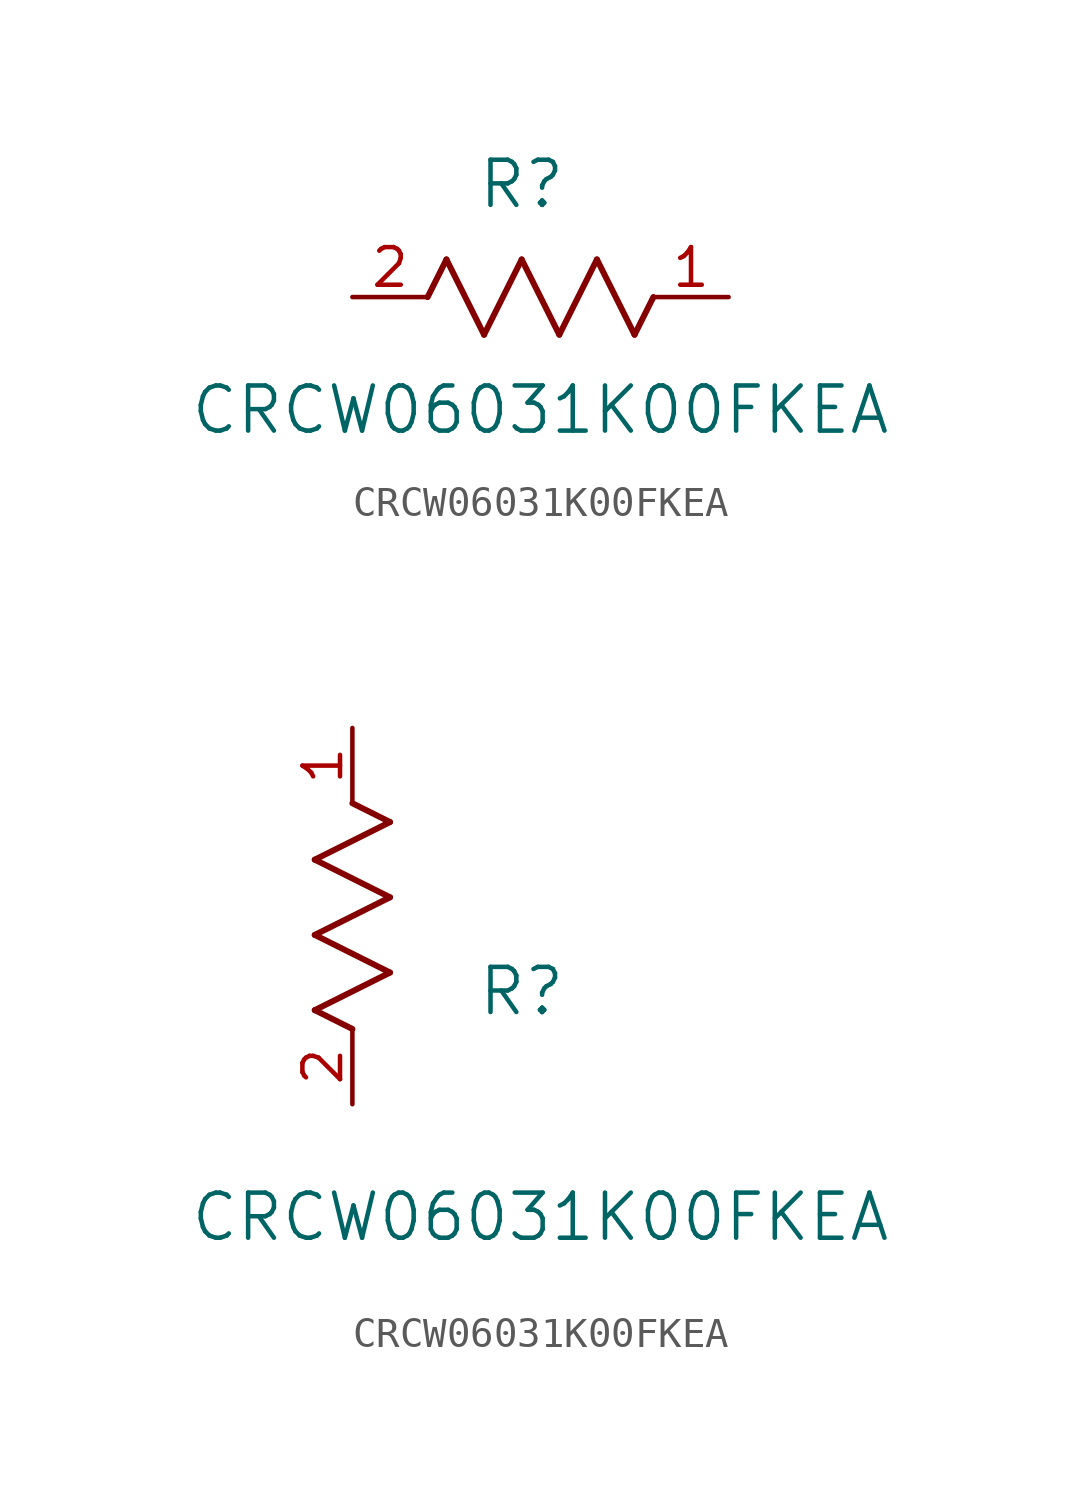
<source format=kicad_sym>
(kicad_symbol_lib
  (version 20211014)
  (generator kicad_symbol_editor)
  (symbol "CRCW06031K00FKEA"
    (pin_names
      (offset 0.254))
    (property "Reference" "R"
      (at 5.715 3.81 0)
      (effects (font (size 1.524 1.524))))
    (property "Value" "CRCW06031K00FKEA"
      (at 6.35 -3.81 0)
      (effects (font (size 1.524 1.524))))
    (symbol "CRCW06031K00FKEA_1_1"
      (polyline (pts (xy 3.175 1.27) (xy 4.445 -1.27)) (stroke (width 0.203) (type default) (color 0 0 0 0)) (fill (type none)))
      (polyline (pts (xy 4.445 -1.27) (xy 5.715 1.27)) (stroke (width 0.203) (type default) (color 0 0 0 0)) (fill (type none)))
      (polyline (pts (xy 5.715 1.27) (xy 6.985 -1.27)) (stroke (width 0.203) (type default) (color 0 0 0 0)) (fill (type none)))
      (polyline (pts (xy 6.985 -1.27) (xy 8.255 1.27)) (stroke (width 0.203) (type default) (color 0 0 0 0)) (fill (type none)))
      (polyline (pts (xy 8.255 1.27) (xy 9.525 -1.27)) (stroke (width 0.203) (type default) (color 0 0 0 0)) (fill (type none)))
      (polyline (pts (xy 2.54 0) (xy 3.175 1.27)) (stroke (width 0.203) (type default) (color 0 0 0 0)) (fill (type none)))
      (polyline (pts (xy 9.525 -1.27) (xy 10.16 0)) (stroke (width 0.203) (type default) (color 0 0 0 0)) (fill (type none)))
      (pin unspecified line (at 0 0 0) (length 2.54) (name "" (effects (font (size 1.27 1.27)))) (number "2" (effects (font (size 1.27 1.27)))))
      (pin unspecified line (at 12.7 0 180) (length 2.54) (name "" (effects (font (size 1.27 1.27)))) (number "1" (effects (font (size 1.27 1.27))))))
    (symbol "CRCW06031K00FKEA_1_2"
      (polyline (pts (xy 0 2.54) (xy -1.27 3.175)) (stroke (width 0.203) (type default) (color 0 0 0 0)) (fill (type none)))
      (polyline (pts (xy -1.27 3.175) (xy 1.27 4.445)) (stroke (width 0.203) (type default) (color 0 0 0 0)) (fill (type none)))
      (polyline (pts (xy 1.27 4.445) (xy -1.27 5.715)) (stroke (width 0.203) (type default) (color 0 0 0 0)) (fill (type none)))
      (polyline (pts (xy -1.27 5.715) (xy 1.27 6.985)) (stroke (width 0.203) (type default) (color 0 0 0 0)) (fill (type none)))
      (polyline (pts (xy -1.27 8.255) (xy 1.27 9.525)) (stroke (width 0.203) (type default) (color 0 0 0 0)) (fill (type none)))
      (polyline (pts (xy 1.27 9.525) (xy 0 10.16)) (stroke (width 0.203) (type default) (color 0 0 0 0)) (fill (type none)))
      (polyline (pts (xy 1.27 6.985) (xy -1.27 8.255)) (stroke (width 0.203) (type default) (color 0 0 0 0)) (fill (type none)))
      (pin unspecified line (at 0 0 90) (length 2.54) (name "" (effects (font (size 1.27 1.27)))) (number "2" (effects (font (size 1.27 1.27)))))
      (pin unspecified line (at 0 12.7 270) (length 2.54) (name "" (effects (font (size 1.27 1.27)))) (number "1" (effects (font (size 1.27 1.27))))))))
</source>
